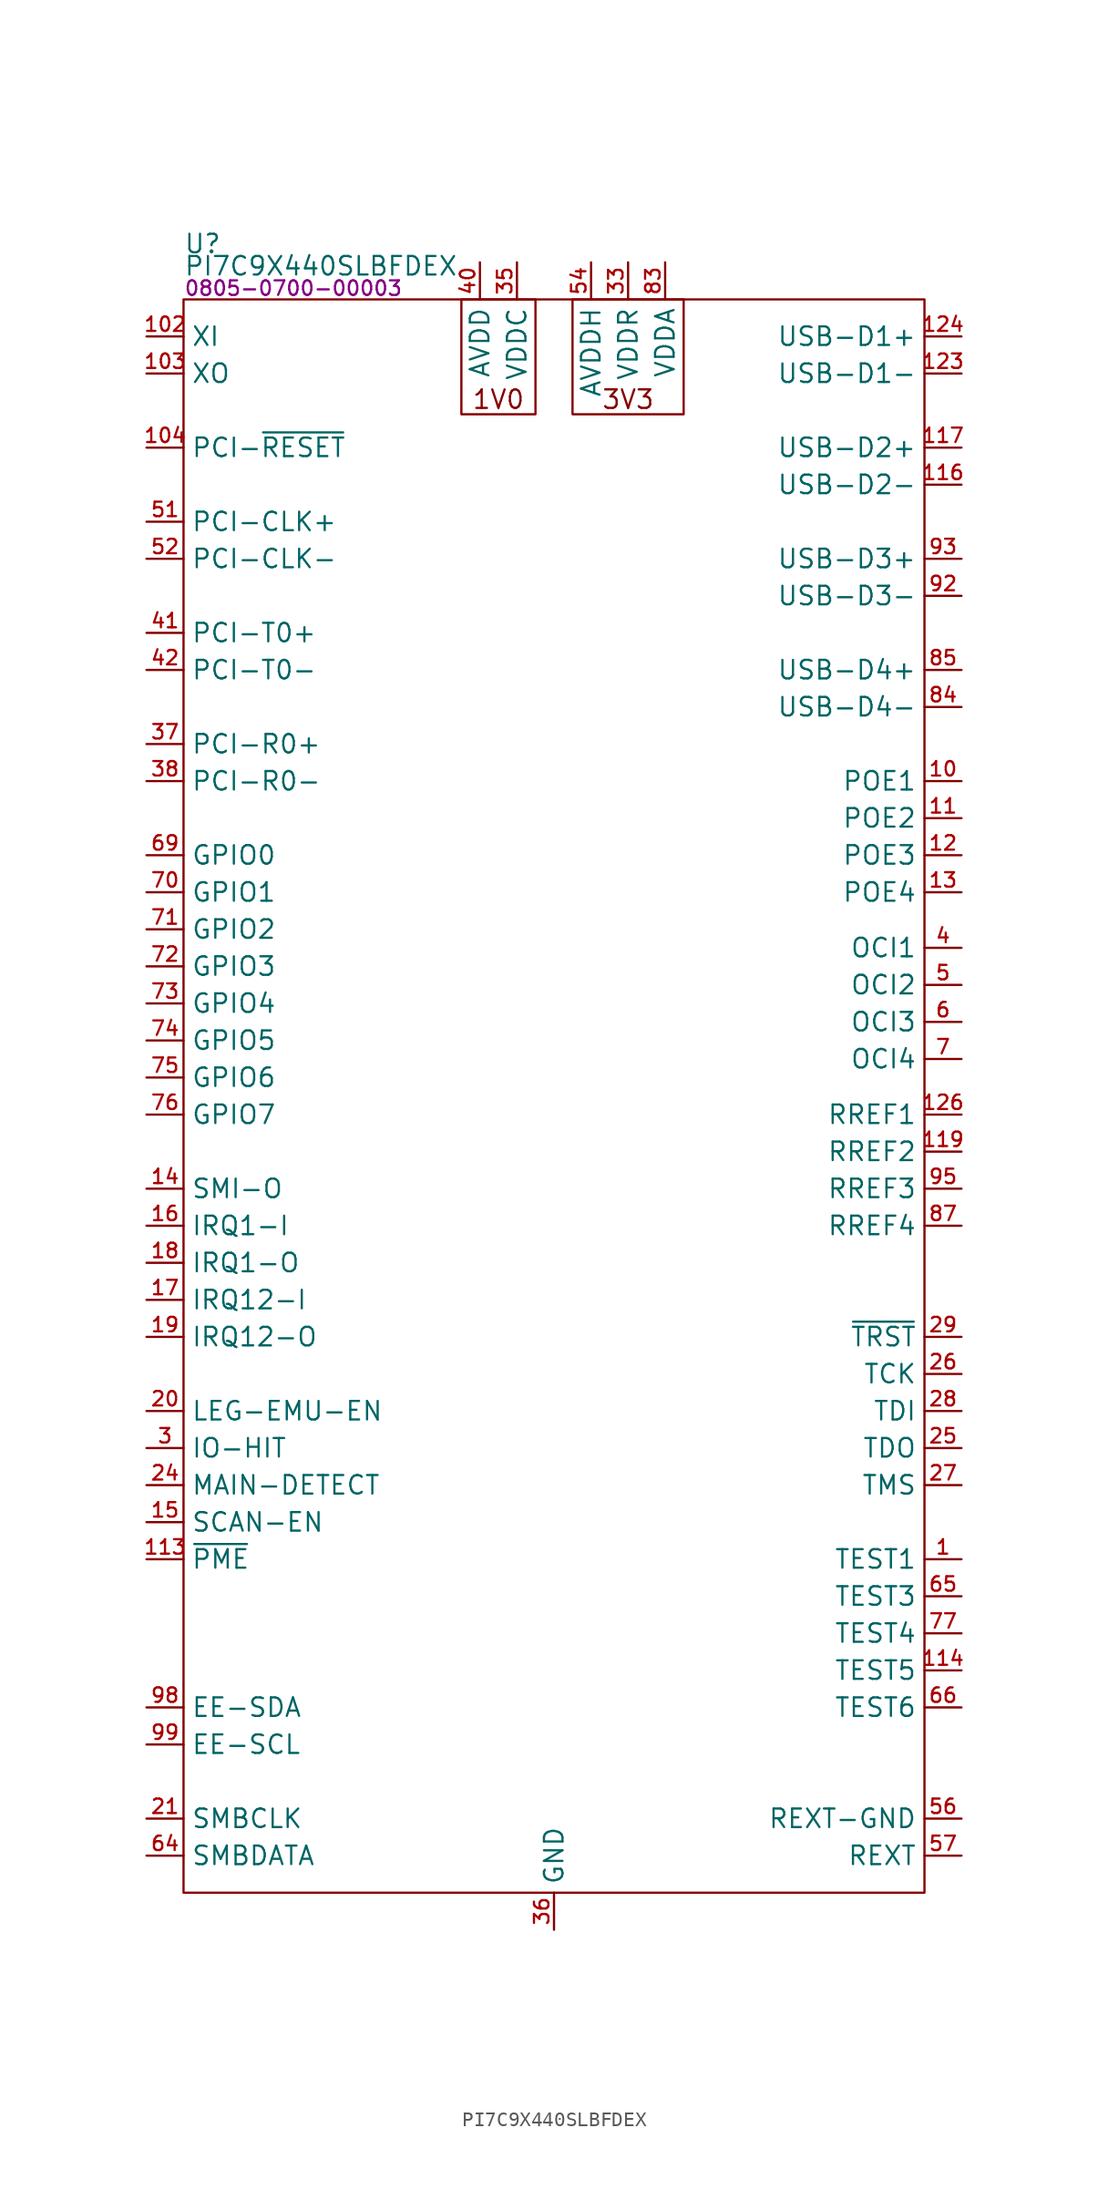
<source format=kicad_sym>
(kicad_symbol_lib
  (version 20231120)
  (generator "kicad_symbol_editor")
  (generator_version "8.0")
  (symbol "PI7C9X440SLBFDEX"
    (property "Reference" "U"
      (at 0 3.81 0)
      (effects (font (size 1.27 1.27)) (justify left)))
    (property "Value" "PI7C9X440SLBFDEX"
      (at 0 2.286 0)
      (effects (font (size 1.27 1.27)) (justify left)))
    (property "PartNumber" "0805-0700-00003"
      (at 0 0.762 0)
      (effects (font (size 1 1)) (justify left)))
    (symbol "PI7C9X440SLBFDEX_0_0"
      (pin bidirectional line (at 53.34 -86.36 180) (length 2.54) (name "TEST1" (effects (font (size 1.27 1.27)))) (number "1" (effects (font (size 0.991 0.991)))))
      (pin power_in line (at 22.86 2.54 270) (length 2.54) hide (name "VDDC" (effects (font (size 1.27 1.27)))) (number "100" (effects (font (size 0.991 0.991)))))
      (pin power_in line (at 25.4 -111.76 90) (length 2.54) hide (name "GND" (effects (font (size 1.27 1.27)))) (number "101" (effects (font (size 0.991 0.991)))))
      (pin passive line (at -2.54 -2.54 0) (length 2.54) (name "XI" (effects (font (size 1.27 1.27)))) (number "102" (effects (font (size 0.991 0.991)))))
      (pin passive line (at -2.54 -5.08 0) (length 2.54) (name "XO" (effects (font (size 1.27 1.27)))) (number "103" (effects (font (size 0.991 0.991)))))
      (pin power_in line (at 30.48 2.54 270) (length 2.54) hide (name "VDDR" (effects (font (size 1.27 1.27)))) (number "105" (effects (font (size 0.991 0.991)))))
      (pin power_in line (at 25.4 -111.76 90) (length 2.54) hide (name "GND" (effects (font (size 1.27 1.27)))) (number "106" (effects (font (size 0.991 0.991)))))
      (pin no_connect line (at 22.86 -34.29 0) (length 2.54) hide (name "NC" (effects (font (size 1.27 1.27)))) (number "107" (effects (font (size 0.991 0.991)))))
      (pin no_connect line (at 22.86 -35.56 0) (length 2.54) hide (name "NC" (effects (font (size 1.27 1.27)))) (number "108" (effects (font (size 0.991 0.991)))))
      (pin power_in line (at 22.86 2.54 270) (length 2.54) hide (name "VDDC" (effects (font (size 1.27 1.27)))) (number "109" (effects (font (size 0.991 0.991)))))
      (pin power_in line (at 25.4 -111.76 90) (length 2.54) hide (name "GND" (effects (font (size 1.27 1.27)))) (number "110" (effects (font (size 0.991 0.991)))))
      (pin power_in line (at 22.86 2.54 270) (length 2.54) hide (name "VDDC" (effects (font (size 1.27 1.27)))) (number "111" (effects (font (size 0.991 0.991)))))
      (pin power_in line (at 30.48 2.54 270) (length 2.54) hide (name "VDDR" (effects (font (size 1.27 1.27)))) (number "112" (effects (font (size 0.991 0.991)))))
      (pin output line (at -2.54 -86.36 0) (length 2.54) (name "~{PME}" (effects (font (size 1.27 1.27)))) (number "113" (effects (font (size 0.991 0.991)))))
      (pin bidirectional line (at 53.34 -93.98 180) (length 2.54) (name "TEST5" (effects (font (size 1.27 1.27)))) (number "114" (effects (font (size 0.991 0.991)))))
      (pin power_in line (at 33.02 2.54 270) (length 2.54) hide (name "VDDA" (effects (font (size 1.27 1.27)))) (number "115" (effects (font (size 0.991 0.991)))))
      (pin power_in line (at 25.4 -111.76 90) (length 2.54) hide (name "GND" (effects (font (size 1.27 1.27)))) (number "118" (effects (font (size 0.991 0.991)))))
      (pin power_in line (at 25.4 -111.76 90) (length 2.54) hide (name "GND" (effects (font (size 1.27 1.27)))) (number "120" (effects (font (size 0.991 0.991)))))
      (pin power_in line (at 33.02 2.54 270) (length 2.54) hide (name "VDDA" (effects (font (size 1.27 1.27)))) (number "121" (effects (font (size 0.991 0.991)))))
      (pin power_in line (at 33.02 2.54 270) (length 2.54) hide (name "VDDA" (effects (font (size 1.27 1.27)))) (number "122" (effects (font (size 0.991 0.991)))))
      (pin power_in line (at 25.4 -111.76 90) (length 2.54) hide (name "GND" (effects (font (size 1.27 1.27)))) (number "125" (effects (font (size 0.991 0.991)))))
      (pin power_in line (at 25.4 -111.76 90) (length 2.54) hide (name "GND" (effects (font (size 1.27 1.27)))) (number "127" (effects (font (size 0.991 0.991)))))
      (pin power_in line (at 33.02 2.54 270) (length 2.54) hide (name "VDDA" (effects (font (size 1.27 1.27)))) (number "128" (effects (font (size 0.991 0.991)))))
      (pin power_in line (at 25.4 -111.76 90) (length 2.54) hide (name "GND" (effects (font (size 1.27 1.27)))) (number "129" (effects (font (size 0.991 0.991)))))
      (pin no_connect line (at 22.86 -12.7 0) (length 2.54) hide (name "NC" (effects (font (size 1.27 1.27)))) (number "2" (effects (font (size 0.991 0.991)))))
      (pin input line (at -2.54 -104.14 0) (length 2.54) (name "SMBCLK" (effects (font (size 1.27 1.27)))) (number "21" (effects (font (size 0.991 0.991)))))
      (pin power_in line (at 22.86 2.54 270) (length 2.54) hide (name "VDDC" (effects (font (size 1.27 1.27)))) (number "22" (effects (font (size 0.991 0.991)))))
      (pin power_in line (at 25.4 -111.76 90) (length 2.54) hide (name "GND" (effects (font (size 1.27 1.27)))) (number "23" (effects (font (size 0.991 0.991)))))
      (pin output line (at 53.34 -78.74 180) (length 2.54) (name "TDO" (effects (font (size 1.27 1.27)))) (number "25" (effects (font (size 0.991 0.991)))))
      (pin input line (at 53.34 -73.66 180) (length 2.54) (name "TCK" (effects (font (size 1.27 1.27)))) (number "26" (effects (font (size 0.991 0.991)))))
      (pin input line (at 53.34 -81.28 180) (length 2.54) (name "TMS" (effects (font (size 1.27 1.27)))) (number "27" (effects (font (size 0.991 0.991)))))
      (pin input line (at 53.34 -76.2 180) (length 2.54) (name "TDI" (effects (font (size 1.27 1.27)))) (number "28" (effects (font (size 0.991 0.991)))))
      (pin no_connect line (at 22.86 -25.4 0) (length 2.54) hide (name "NC" (effects (font (size 1.27 1.27)))) (number "30" (effects (font (size 0.991 0.991)))))
      (pin no_connect line (at 22.86 -26.67 0) (length 2.54) hide (name "NC" (effects (font (size 1.27 1.27)))) (number "31" (effects (font (size 0.991 0.991)))))
      (pin no_connect line (at 22.86 -27.94 0) (length 2.54) hide (name "NC" (effects (font (size 1.27 1.27)))) (number "32" (effects (font (size 0.991 0.991)))))
      (pin power_in line (at 30.48 2.54 270) (length 2.54) (name "VDDR" (effects (font (size 1.27 1.27)))) (number "33" (effects (font (size 0.991 0.991)))))
      (pin power_in line (at 25.4 -111.76 90) (length 2.54) hide (name "GND" (effects (font (size 1.27 1.27)))) (number "34" (effects (font (size 0.991 0.991)))))
      (pin power_in line (at 22.86 2.54 270) (length 2.54) (name "VDDC" (effects (font (size 1.27 1.27)))) (number "35" (effects (font (size 0.991 0.991)))))
      (pin power_in line (at 25.4 -111.76 90) (length 2.54) (name "GND" (effects (font (size 1.27 1.27)))) (number "36" (effects (font (size 0.991 0.991)))))
      (pin power_in line (at 25.4 -111.76 90) (length 2.54) hide (name "GND" (effects (font (size 1.27 1.27)))) (number "39" (effects (font (size 0.991 0.991)))))
      (pin power_in line (at 20.32 2.54 270) (length 2.54) (name "AVDD" (effects (font (size 1.27 1.27)))) (number "40" (effects (font (size 0.991 0.991)))))
      (pin no_connect line (at 22.86 -13.97 0) (length 2.54) hide (name "NC" (effects (font (size 1.27 1.27)))) (number "43" (effects (font (size 0.991 0.991)))))
      (pin no_connect line (at 22.86 -15.24 0) (length 2.54) hide (name "NC" (effects (font (size 1.27 1.27)))) (number "44" (effects (font (size 0.991 0.991)))))
      (pin power_in line (at 25.4 -111.76 90) (length 2.54) hide (name "GND" (effects (font (size 1.27 1.27)))) (number "45" (effects (font (size 0.991 0.991)))))
      (pin power_in line (at 20.32 2.54 270) (length 2.54) hide (name "AVDD" (effects (font (size 1.27 1.27)))) (number "46" (effects (font (size 0.991 0.991)))))
      (pin no_connect line (at 22.86 -16.51 0) (length 2.54) hide (name "NC" (effects (font (size 1.27 1.27)))) (number "47" (effects (font (size 0.991 0.991)))))
      (pin no_connect line (at 22.86 -17.78 0) (length 2.54) hide (name "NC" (effects (font (size 1.27 1.27)))) (number "48" (effects (font (size 0.991 0.991)))))
      (pin power_in line (at 20.32 2.54 270) (length 2.54) hide (name "AVDD" (effects (font (size 1.27 1.27)))) (number "49" (effects (font (size 0.991 0.991)))))
      (pin power_in line (at 25.4 -111.76 90) (length 2.54) hide (name "GND" (effects (font (size 1.27 1.27)))) (number "50" (effects (font (size 0.991 0.991)))))
      (pin power_in line (at 25.4 -111.76 90) (length 2.54) hide (name "GND" (effects (font (size 1.27 1.27)))) (number "53" (effects (font (size 0.991 0.991)))))
      (pin power_in line (at 27.94 2.54 270) (length 2.54) (name "AVDDH" (effects (font (size 1.27 1.27)))) (number "54" (effects (font (size 0.991 0.991)))))
      (pin no_connect line (at 22.86 -19.05 0) (length 2.54) hide (name "NC" (effects (font (size 1.27 1.27)))) (number "55" (effects (font (size 0.991 0.991)))))
      (pin output line (at 53.34 -106.68 180) (length 2.54) (name "REXT" (effects (font (size 1.27 1.27)))) (number "57" (effects (font (size 0.991 0.991)))))
      (pin no_connect line (at 22.86 -20.32 0) (length 2.54) hide (name "NC" (effects (font (size 1.27 1.27)))) (number "58" (effects (font (size 0.991 0.991)))))
      (pin no_connect line (at 22.86 -21.59 0) (length 2.54) hide (name "NC" (effects (font (size 1.27 1.27)))) (number "59" (effects (font (size 0.991 0.991)))))
      (pin power_in line (at 20.32 2.54 270) (length 2.54) hide (name "AVDD" (effects (font (size 1.27 1.27)))) (number "60" (effects (font (size 0.991 0.991)))))
      (pin power_in line (at 25.4 -111.76 90) (length 2.54) hide (name "GND" (effects (font (size 1.27 1.27)))) (number "61" (effects (font (size 0.991 0.991)))))
      (pin no_connect line (at 22.86 -22.86 0) (length 2.54) hide (name "NC" (effects (font (size 1.27 1.27)))) (number "62" (effects (font (size 0.991 0.991)))))
      (pin no_connect line (at 22.86 -24.13 0) (length 2.54) hide (name "NC" (effects (font (size 1.27 1.27)))) (number "63" (effects (font (size 0.991 0.991)))))
      (pin bidirectional line (at -2.54 -106.68 0) (length 2.54) (name "SMBDATA" (effects (font (size 1.27 1.27)))) (number "64" (effects (font (size 0.991 0.991)))))
      (pin bidirectional line (at 53.34 -88.9 180) (length 2.54) (name "TEST3" (effects (font (size 1.27 1.27)))) (number "65" (effects (font (size 0.991 0.991)))))
      (pin bidirectional line (at 53.34 -96.52 180) (length 2.54) (name "TEST6" (effects (font (size 1.27 1.27)))) (number "66" (effects (font (size 0.991 0.991)))))
      (pin power_in line (at 30.48 2.54 270) (length 2.54) hide (name "VDDR" (effects (font (size 1.27 1.27)))) (number "67" (effects (font (size 0.991 0.991)))))
      (pin power_in line (at 25.4 -111.76 90) (length 2.54) hide (name "GND" (effects (font (size 1.27 1.27)))) (number "68" (effects (font (size 0.991 0.991)))))
      (pin bidirectional line (at 53.34 -91.44 180) (length 2.54) (name "TEST4" (effects (font (size 1.27 1.27)))) (number "77" (effects (font (size 0.991 0.991)))))
      (pin no_connect line (at 22.86 -29.21 0) (length 2.54) hide (name "NC" (effects (font (size 1.27 1.27)))) (number "78" (effects (font (size 0.991 0.991)))))
      (pin no_connect line (at 22.86 -30.48 0) (length 2.54) hide (name "NC" (effects (font (size 1.27 1.27)))) (number "79" (effects (font (size 0.991 0.991)))))
      (pin power_in line (at 30.48 2.54 270) (length 2.54) hide (name "VDDR" (effects (font (size 1.27 1.27)))) (number "8" (effects (font (size 0.991 0.991)))))
      (pin no_connect line (at 22.86 -31.75 0) (length 2.54) hide (name "NC" (effects (font (size 1.27 1.27)))) (number "80" (effects (font (size 0.991 0.991)))))
      (pin power_in line (at 22.86 2.54 270) (length 2.54) hide (name "VDDC" (effects (font (size 1.27 1.27)))) (number "81" (effects (font (size 0.991 0.991)))))
      (pin power_in line (at 25.4 -111.76 90) (length 2.54) hide (name "GND" (effects (font (size 1.27 1.27)))) (number "82" (effects (font (size 0.991 0.991)))))
      (pin power_in line (at 33.02 2.54 270) (length 2.54) (name "VDDA" (effects (font (size 1.27 1.27)))) (number "83" (effects (font (size 0.991 0.991)))))
      (pin power_in line (at 25.4 -111.76 90) (length 2.54) hide (name "GND" (effects (font (size 1.27 1.27)))) (number "86" (effects (font (size 0.991 0.991)))))
      (pin no_connect line (at 22.86 -33.02 0) (length 2.54) hide (name "NC" (effects (font (size 1.27 1.27)))) (number "88" (effects (font (size 0.991 0.991)))))
      (pin power_in line (at 25.4 -111.76 90) (length 2.54) hide (name "GND" (effects (font (size 1.27 1.27)))) (number "89" (effects (font (size 0.991 0.991)))))
      (pin power_in line (at 25.4 -111.76 90) (length 2.54) hide (name "GND" (effects (font (size 1.27 1.27)))) (number "9" (effects (font (size 0.991 0.991)))))
      (pin power_in line (at 33.02 2.54 270) (length 2.54) hide (name "VDDA" (effects (font (size 1.27 1.27)))) (number "90" (effects (font (size 0.991 0.991)))))
      (pin power_in line (at 33.02 2.54 270) (length 2.54) hide (name "VDDA" (effects (font (size 1.27 1.27)))) (number "91" (effects (font (size 0.991 0.991)))))
      (pin power_in line (at 25.4 -111.76 90) (length 2.54) hide (name "GND" (effects (font (size 1.27 1.27)))) (number "94" (effects (font (size 0.991 0.991)))))
      (pin power_in line (at 25.4 -111.76 90) (length 2.54) hide (name "GND" (effects (font (size 1.27 1.27)))) (number "96" (effects (font (size 0.991 0.991)))))
      (pin power_in line (at 33.02 2.54 270) (length 2.54) hide (name "VDDA" (effects (font (size 1.27 1.27)))) (number "97" (effects (font (size 0.991 0.991)))))
      (pin bidirectional line (at -2.54 -96.52 0) (length 2.54) (name "EE-SDA" (effects (font (size 1.27 1.27)))) (number "98" (effects (font (size 0.991 0.991)))))
      (pin output line (at -2.54 -99.06 0) (length 2.54) (name "EE-SCL" (effects (font (size 1.27 1.27)))) (number "99" (effects (font (size 0.991 0.991))))))
    (symbol "PI7C9X440SLBFDEX_0_1"
      (rectangle (start 19.05 0) (end 24.13 -7.874) (stroke (width 0) (type default)) (fill (type none)))
      (rectangle (start 26.67 0) (end 34.29 -7.874) (stroke (width 0) (type default)) (fill (type none))))
    (symbol "PI7C9X440SLBFDEX_1_0"
      (pin output line (at 53.34 -33.02 180) (length 2.54) (name "POE1" (effects (font (size 1.27 1.27)))) (number "10" (effects (font (size 0.991 0.991)))))
      (pin input line (at -2.54 -10.16 0) (length 2.54) (name "PCI-~{RESET}" (effects (font (size 1.27 1.27)))) (number "104" (effects (font (size 0.991 0.991)))))
      (pin output line (at 53.34 -35.56 180) (length 2.54) (name "POE2" (effects (font (size 1.27 1.27)))) (number "11" (effects (font (size 0.991 0.991)))))
      (pin bidirectional line (at 53.34 -12.7 180) (length 2.54) (name "USB-D2-" (effects (font (size 1.27 1.27)))) (number "116" (effects (font (size 0.991 0.991)))))
      (pin bidirectional line (at 53.34 -10.16 180) (length 2.54) (name "USB-D2+" (effects (font (size 1.27 1.27)))) (number "117" (effects (font (size 0.991 0.991)))))
      (pin output line (at 53.34 -58.42 180) (length 2.54) (name "RREF2" (effects (font (size 1.27 1.27)))) (number "119" (effects (font (size 0.991 0.991)))))
      (pin output line (at 53.34 -38.1 180) (length 2.54) (name "POE3" (effects (font (size 1.27 1.27)))) (number "12" (effects (font (size 0.991 0.991)))))
      (pin bidirectional line (at 53.34 -5.08 180) (length 2.54) (name "USB-D1-" (effects (font (size 1.27 1.27)))) (number "123" (effects (font (size 0.991 0.991)))))
      (pin bidirectional line (at 53.34 -2.54 180) (length 2.54) (name "USB-D1+" (effects (font (size 1.27 1.27)))) (number "124" (effects (font (size 0.991 0.991)))))
      (pin output line (at 53.34 -55.88 180) (length 2.54) (name "RREF1" (effects (font (size 1.27 1.27)))) (number "126" (effects (font (size 0.991 0.991)))))
      (pin output line (at 53.34 -40.64 180) (length 2.54) (name "POE4" (effects (font (size 1.27 1.27)))) (number "13" (effects (font (size 0.991 0.991)))))
      (pin output line (at -2.54 -60.96 0) (length 2.54) (name "SMI-O" (effects (font (size 1.27 1.27)))) (number "14" (effects (font (size 0.991 0.991)))))
      (pin output line (at -2.54 -83.82 0) (length 2.54) (name "SCAN-EN" (effects (font (size 1.27 1.27)))) (number "15" (effects (font (size 0.991 0.991)))))
      (pin input line (at -2.54 -63.5 0) (length 2.54) (name "IRQ1-I" (effects (font (size 1.27 1.27)))) (number "16" (effects (font (size 0.991 0.991)))))
      (pin input line (at -2.54 -68.58 0) (length 2.54) (name "IRQ12-I" (effects (font (size 1.27 1.27)))) (number "17" (effects (font (size 0.991 0.991)))))
      (pin output line (at -2.54 -66.04 0) (length 2.54) (name "IRQ1-O" (effects (font (size 1.27 1.27)))) (number "18" (effects (font (size 0.991 0.991)))))
      (pin output line (at -2.54 -71.12 0) (length 2.54) (name "IRQ12-O" (effects (font (size 1.27 1.27)))) (number "19" (effects (font (size 0.991 0.991)))))
      (pin input line (at -2.54 -76.2 0) (length 2.54) (name "LEG-EMU-EN" (effects (font (size 1.27 1.27)))) (number "20" (effects (font (size 0.991 0.991)))))
      (pin input line (at -2.54 -81.28 0) (length 2.54) (name "MAIN-DETECT" (effects (font (size 1.27 1.27)))) (number "24" (effects (font (size 0.991 0.991)))))
      (pin input line (at 53.34 -71.12 180) (length 2.54) (name "~{TRST}" (effects (font (size 1.27 1.27)))) (number "29" (effects (font (size 0.991 0.991)))))
      (pin input line (at -2.54 -78.74 0) (length 2.54) (name "IO-HIT" (effects (font (size 1.27 1.27)))) (number "3" (effects (font (size 0.991 0.991)))))
      (pin input line (at -2.54 -30.48 0) (length 2.54) (name "PCI-R0+" (effects (font (size 1.27 1.27)))) (number "37" (effects (font (size 0.991 0.991)))))
      (pin input line (at -2.54 -33.02 0) (length 2.54) (name "PCI-R0-" (effects (font (size 1.27 1.27)))) (number "38" (effects (font (size 0.991 0.991)))))
      (pin input line (at 53.34 -44.45 180) (length 2.54) (name "OCI1" (effects (font (size 1.27 1.27)))) (number "4" (effects (font (size 0.991 0.991)))))
      (pin output line (at -2.54 -22.86 0) (length 2.54) (name "PCI-T0+" (effects (font (size 1.27 1.27)))) (number "41" (effects (font (size 0.991 0.991)))))
      (pin output line (at -2.54 -25.4 0) (length 2.54) (name "PCI-T0-" (effects (font (size 1.27 1.27)))) (number "42" (effects (font (size 0.991 0.991)))))
      (pin input line (at 53.34 -46.99 180) (length 2.54) (name "OCI2" (effects (font (size 1.27 1.27)))) (number "5" (effects (font (size 0.991 0.991)))))
      (pin input line (at -2.54 -15.24 0) (length 2.54) (name "PCI-CLK+" (effects (font (size 1.27 1.27)))) (number "51" (effects (font (size 0.991 0.991)))))
      (pin input line (at -2.54 -17.78 0) (length 2.54) (name "PCI-CLK-" (effects (font (size 1.27 1.27)))) (number "52" (effects (font (size 0.991 0.991)))))
      (pin power_in line (at 53.34 -104.14 180) (length 2.54) (name "REXT-GND" (effects (font (size 1.27 1.27)))) (number "56" (effects (font (size 0.991 0.991)))))
      (pin input line (at 53.34 -49.53 180) (length 2.54) (name "OCI3" (effects (font (size 1.27 1.27)))) (number "6" (effects (font (size 0.991 0.991)))))
      (pin bidirectional line (at -2.54 -38.1 0) (length 2.54) (name "GPIO0" (effects (font (size 1.27 1.27)))) (number "69" (effects (font (size 0.991 0.991)))))
      (pin input line (at 53.34 -52.07 180) (length 2.54) (name "OCI4" (effects (font (size 1.27 1.27)))) (number "7" (effects (font (size 0.991 0.991)))))
      (pin bidirectional line (at -2.54 -40.64 0) (length 2.54) (name "GPIO1" (effects (font (size 1.27 1.27)))) (number "70" (effects (font (size 0.991 0.991)))))
      (pin bidirectional line (at -2.54 -43.18 0) (length 2.54) (name "GPIO2" (effects (font (size 1.27 1.27)))) (number "71" (effects (font (size 0.991 0.991)))))
      (pin bidirectional line (at -2.54 -45.72 0) (length 2.54) (name "GPIO3" (effects (font (size 1.27 1.27)))) (number "72" (effects (font (size 0.991 0.991)))))
      (pin bidirectional line (at -2.54 -48.26 0) (length 2.54) (name "GPIO4" (effects (font (size 1.27 1.27)))) (number "73" (effects (font (size 0.991 0.991)))))
      (pin bidirectional line (at -2.54 -50.8 0) (length 2.54) (name "GPIO5" (effects (font (size 1.27 1.27)))) (number "74" (effects (font (size 0.991 0.991)))))
      (pin bidirectional line (at -2.54 -53.34 0) (length 2.54) (name "GPIO6" (effects (font (size 1.27 1.27)))) (number "75" (effects (font (size 0.991 0.991)))))
      (pin bidirectional line (at -2.54 -55.88 0) (length 2.54) (name "GPIO7" (effects (font (size 1.27 1.27)))) (number "76" (effects (font (size 0.991 0.991)))))
      (pin bidirectional line (at 53.34 -27.94 180) (length 2.54) (name "USB-D4-" (effects (font (size 1.27 1.27)))) (number "84" (effects (font (size 0.991 0.991)))))
      (pin bidirectional line (at 53.34 -25.4 180) (length 2.54) (name "USB-D4+" (effects (font (size 1.27 1.27)))) (number "85" (effects (font (size 0.991 0.991)))))
      (pin output line (at 53.34 -63.5 180) (length 2.54) (name "RREF4" (effects (font (size 1.27 1.27)))) (number "87" (effects (font (size 0.991 0.991)))))
      (pin bidirectional line (at 53.34 -20.32 180) (length 2.54) (name "USB-D3-" (effects (font (size 1.27 1.27)))) (number "92" (effects (font (size 0.991 0.991)))))
      (pin bidirectional line (at 53.34 -17.78 180) (length 2.54) (name "USB-D3+" (effects (font (size 1.27 1.27)))) (number "93" (effects (font (size 0.991 0.991)))))
      (pin output line (at 53.34 -60.96 180) (length 2.54) (name "RREF3" (effects (font (size 1.27 1.27)))) (number "95" (effects (font (size 0.991 0.991))))))
    (symbol "PI7C9X440SLBFDEX_1_1"
      (rectangle (start 0 0) (end 50.8 -109.22) (stroke (width 0) (type default)) (fill (type none)))
      (text "1V0" (at 21.59 -6.858 0) (effects (font (size 1.27 1.27))))
      (text "3V3" (at 30.48 -6.858 0) (effects (font (size 1.27 1.27)))))))
</source>
